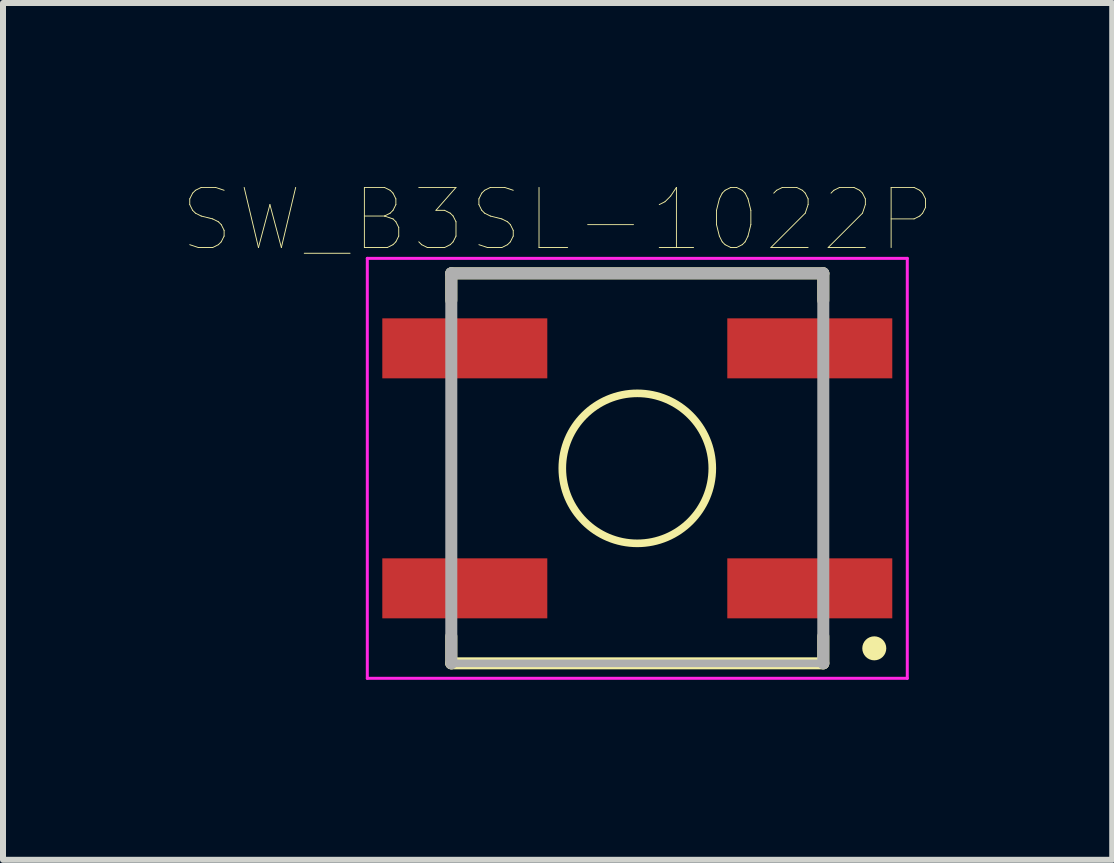
<source format=kicad_pcb>
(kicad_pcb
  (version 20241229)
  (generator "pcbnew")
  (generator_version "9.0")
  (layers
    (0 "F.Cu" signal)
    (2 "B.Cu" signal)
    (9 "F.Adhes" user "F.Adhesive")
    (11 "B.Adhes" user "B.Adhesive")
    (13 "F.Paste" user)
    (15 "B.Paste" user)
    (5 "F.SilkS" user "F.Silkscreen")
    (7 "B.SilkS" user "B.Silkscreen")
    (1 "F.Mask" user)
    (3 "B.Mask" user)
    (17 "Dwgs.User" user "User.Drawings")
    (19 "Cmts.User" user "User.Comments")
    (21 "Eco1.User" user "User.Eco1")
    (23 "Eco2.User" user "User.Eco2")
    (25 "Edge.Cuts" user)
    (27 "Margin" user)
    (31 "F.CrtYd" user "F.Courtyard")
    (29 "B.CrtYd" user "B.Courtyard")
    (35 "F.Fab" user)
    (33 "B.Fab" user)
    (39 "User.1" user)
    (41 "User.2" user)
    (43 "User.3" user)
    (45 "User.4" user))
  (footprint "SW_B3SL-1022P"
    (layer "F.Cu")
    (at 7.572 4.756)
    (property "Reference" "SW_B3SL-1022P" (at -1.328 -4.143 0) (layer "F.SilkS") (effects (font (size 1.002 1.002) (thickness 0.015))))
    (attr through_hole)
    (fp_line (start -3.1 -3.25) (end 3.1 -3.25) (stroke (width 0.2) (type solid)) (layer "F.SilkS"))
    (fp_line (start -3.1 -2.8) (end -3.1 -3.25) (stroke (width 0.2) (type solid)) (layer "F.SilkS"))
    (fp_line (start -3.1 3.25) (end -3.1 2.8) (stroke (width 0.2) (type solid)) (layer "F.SilkS"))
    (fp_line (start 3.1 -3.25) (end 3.1 -2.8) (stroke (width 0.2) (type solid)) (layer "F.SilkS"))
    (fp_line (start 3.1 2.8) (end 3.1 3.25) (stroke (width 0.2) (type solid)) (layer "F.SilkS"))
    (fp_line (start 3.1 3.25) (end -3.1 3.25) (stroke (width 0.2) (type solid)) (layer "F.SilkS"))
    (fp_circle (center 0 0) (end 1.25 0) (stroke (width 0.127) (type solid)) (fill no) (layer "F.SilkS"))
    (fp_circle (center 3.95 3) (end 4.05 3) (stroke (width 0.2) (type solid)) (fill no) (layer "F.SilkS"))
    (fp_line (start -4.5 -3.5) (end 4.5 -3.5) (stroke (width 0.05) (type solid)) (layer "F.CrtYd"))
    (fp_line (start -4.5 3.5) (end -4.5 -3.5) (stroke (width 0.05) (type solid)) (layer "F.CrtYd"))
    (fp_line (start 4.5 -3.5) (end 4.5 3.5) (stroke (width 0.05) (type solid)) (layer "F.CrtYd"))
    (fp_line (start 4.5 3.5) (end -4.5 3.5) (stroke (width 0.05) (type solid)) (layer "F.CrtYd"))
    (fp_line (start -3.1 -3.25) (end 3.1 -3.25) (stroke (width 0.2) (type solid)) (layer "F.Fab"))
    (fp_line (start -3.1 3.25) (end -3.1 -3.25) (stroke (width 0.2) (type solid)) (layer "F.Fab"))
    (fp_line (start 3.1 -3.25) (end 3.1 3.25) (stroke (width 0.2) (type solid)) (layer "F.Fab"))
    (fp_line (start 3.1 3.25) (end -3.1 3.25) (stroke (width 0.127) (type solid)) (layer "F.Fab"))
    (pad "1" smd rect (at 2.875 2) (size 2.75 1) (layers "F.Cu" "F.Mask" "F.Paste"))
    (pad "2" smd rect (at -2.875 2) (size 2.75 1) (layers "F.Cu" "F.Mask" "F.Paste"))
    (pad "3" smd rect (at 2.875 -2) (size 2.75 1) (layers "F.Cu" "F.Mask" "F.Paste"))
    (pad "4" smd rect (at -2.875 -2) (size 2.75 1) (layers "F.Cu" "F.Mask" "F.Paste")))
  (gr_rect
    (start -3 -3)
    (end 15.488 11.281)
    (stroke (width 0.1) (type default))
    (fill no)
    (layer "Edge.Cuts")))
</source>
